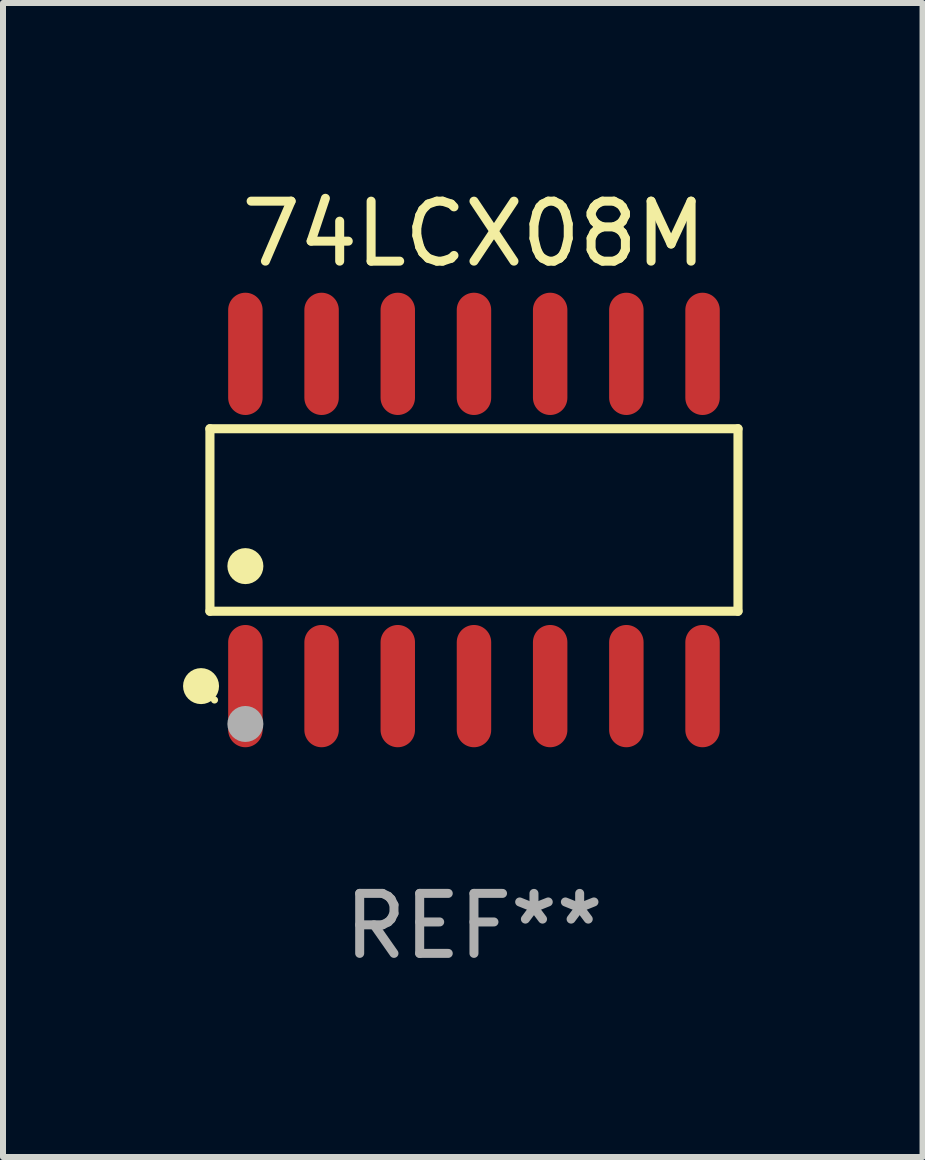
<source format=kicad_pcb>
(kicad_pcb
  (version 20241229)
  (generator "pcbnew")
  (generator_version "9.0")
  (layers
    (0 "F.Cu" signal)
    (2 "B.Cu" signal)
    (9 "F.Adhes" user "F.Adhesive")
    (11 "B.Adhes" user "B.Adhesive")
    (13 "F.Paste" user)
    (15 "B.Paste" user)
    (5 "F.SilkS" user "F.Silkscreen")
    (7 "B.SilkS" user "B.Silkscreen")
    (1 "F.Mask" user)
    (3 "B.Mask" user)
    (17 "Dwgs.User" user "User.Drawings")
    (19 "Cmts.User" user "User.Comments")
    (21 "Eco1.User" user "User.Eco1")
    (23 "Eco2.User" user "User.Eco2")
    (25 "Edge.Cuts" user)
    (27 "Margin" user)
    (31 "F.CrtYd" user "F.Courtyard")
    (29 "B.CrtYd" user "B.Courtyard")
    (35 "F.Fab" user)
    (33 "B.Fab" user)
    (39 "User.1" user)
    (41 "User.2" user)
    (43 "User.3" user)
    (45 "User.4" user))
  (footprint "74LCX08M"
    (layer "F.Cu")
    (at 4.85 5.617)
    (property "Reference" "74LCX08M" (at 0 -4.769 0) (layer "F.SilkS") (effects (font (size 1 1) (thickness 0.15))))
    (attr through_hole)
    (fp_line (start -4.401 -1.521) (end 4.401 -1.521) (stroke (width 0.152) (type solid)) (layer "F.SilkS"))
    (fp_line (start -4.401 1.521) (end -4.401 -1.521) (stroke (width 0.152) (type solid)) (layer "F.SilkS"))
    (fp_line (start 4.401 -1.521) (end 4.401 1.521) (stroke (width 0.152) (type solid)) (layer "F.SilkS"))
    (fp_line (start 4.401 1.521) (end -4.401 1.521) (stroke (width 0.152) (type solid)) (layer "F.SilkS"))
    (fp_circle (center -4.549 2.769) (end -4.399 2.769) (stroke (width 0.3) (type solid)) (fill no) (layer "F.SilkS"))
    (fp_circle (center -4.325 3) (end -4.295 3) (stroke (width 0.06) (type solid)) (fill no) (layer "F.SilkS"))
    (fp_circle (center -3.81 0.769) (end -3.66 0.769) (stroke (width 0.3) (type solid)) (fill no) (layer "F.SilkS"))
    (fp_circle (center -3.81 3.4) (end -3.66 3.4) (stroke (width 0.3) (type solid)) (fill no) (layer "F.Fab"))
    (fp_text user "REF**" (at 0 6.769 0) (layer "F.Fab") (effects (font (size 1 1) (thickness 0.15))))
    (pad "1" smd oval (at -3.81 2.769) (size 0.574 2.038) (layers "F.Cu" "F.Mask" "F.Paste"))
    (pad "2" smd oval (at -2.54 2.769) (size 0.574 2.038) (layers "F.Cu" "F.Mask" "F.Paste"))
    (pad "3" smd oval (at -1.27 2.769) (size 0.574 2.038) (layers "F.Cu" "F.Mask" "F.Paste"))
    (pad "4" smd oval (at 0 2.769) (size 0.574 2.038) (layers "F.Cu" "F.Mask" "F.Paste"))
    (pad "5" smd oval (at 1.27 2.769) (size 0.574 2.038) (layers "F.Cu" "F.Mask" "F.Paste"))
    (pad "6" smd oval (at 2.54 2.769) (size 0.574 2.038) (layers "F.Cu" "F.Mask" "F.Paste"))
    (pad "7" smd oval (at 3.81 2.769) (size 0.574 2.038) (layers "F.Cu" "F.Mask" "F.Paste"))
    (pad "8" smd oval (at 3.81 -2.769) (size 0.574 2.038) (layers "F.Cu" "F.Mask" "F.Paste"))
    (pad "9" smd oval (at 2.54 -2.769) (size 0.574 2.038) (layers "F.Cu" "F.Mask" "F.Paste"))
    (pad "10" smd oval (at 1.27 -2.769) (size 0.574 2.038) (layers "F.Cu" "F.Mask" "F.Paste"))
    (pad "11" smd oval (at 0 -2.769) (size 0.574 2.038) (layers "F.Cu" "F.Mask" "F.Paste"))
    (pad "12" smd oval (at -1.27 -2.769) (size 0.574 2.038) (layers "F.Cu" "F.Mask" "F.Paste"))
    (pad "13" smd oval (at -2.54 -2.769) (size 0.574 2.038) (layers "F.Cu" "F.Mask" "F.Paste"))
    (pad "14" smd oval (at -3.81 -2.769) (size 0.574 2.038) (layers "F.Cu" "F.Mask" "F.Paste")))
  (gr_rect
    (start -3 -3)
    (end 12.327 16.235)
    (stroke (width 0.1) (type default))
    (fill no)
    (layer "Edge.Cuts")))
</source>
